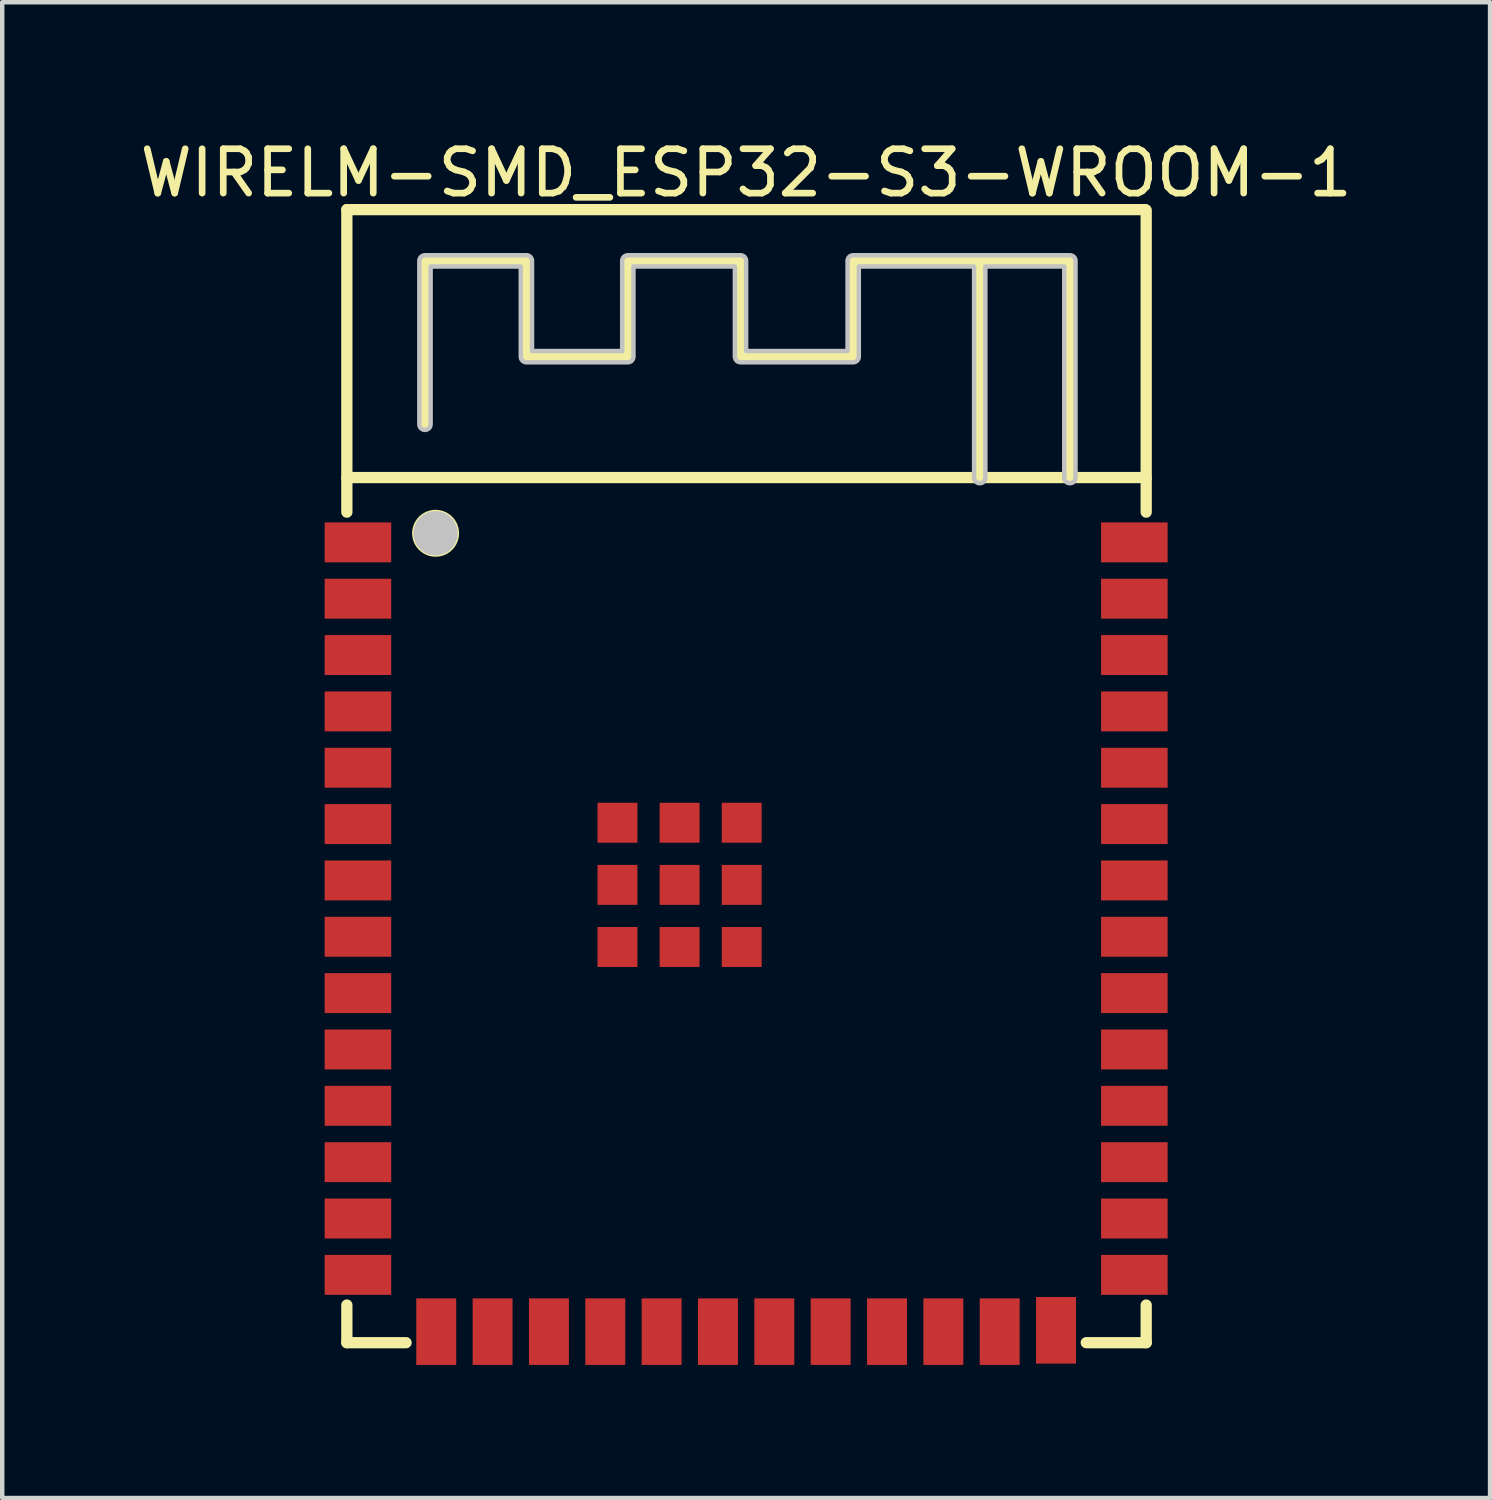
<source format=kicad_pcb>
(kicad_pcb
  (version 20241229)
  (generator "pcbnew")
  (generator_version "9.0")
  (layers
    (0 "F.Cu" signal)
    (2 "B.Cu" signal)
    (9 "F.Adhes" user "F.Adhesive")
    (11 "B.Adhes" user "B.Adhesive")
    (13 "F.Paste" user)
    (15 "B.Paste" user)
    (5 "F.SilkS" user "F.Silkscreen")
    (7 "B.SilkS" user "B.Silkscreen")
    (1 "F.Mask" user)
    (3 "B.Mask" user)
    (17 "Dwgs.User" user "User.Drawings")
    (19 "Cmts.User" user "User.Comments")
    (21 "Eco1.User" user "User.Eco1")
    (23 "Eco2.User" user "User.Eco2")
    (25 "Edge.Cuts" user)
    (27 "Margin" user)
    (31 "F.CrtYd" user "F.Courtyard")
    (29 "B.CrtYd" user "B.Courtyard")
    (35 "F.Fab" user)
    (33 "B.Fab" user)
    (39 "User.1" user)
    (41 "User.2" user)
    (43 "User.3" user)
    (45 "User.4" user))
  (footprint "WIRELM-SMD_ESP32-S3-WROOM-1"
    (layer "F.Cu")
    (at 13.768 18.07)
    (property "Reference" "WIRELM-SMD_ESP32-S3-WROOM-1" (at 0 -17.222 0) (layer "F.SilkS") (effects (font (size 1 1) (thickness 0.15))))
    (fp_line (start -9 -16.395) (end -9 -9.576) (stroke (width 0.254) (type default)) (layer "F.SilkS"))
    (fp_line (start -9 -10.355) (end 9.017 -10.355) (stroke (width 0.254) (type default)) (layer "F.SilkS"))
    (fp_line (start -9 8.296) (end -9 9.144) (stroke (width 0.254) (type default)) (layer "F.SilkS"))
    (fp_line (start -9 9.144) (end -7.666 9.144) (stroke (width 0.254) (type default)) (layer "F.SilkS"))
    (fp_line (start -7.239 -15.24) (end -7.239 -11.557) (stroke (width 0.254) (type default)) (layer "F.SilkS"))
    (fp_line (start -4.953 -15.24) (end -7.239 -15.24) (stroke (width 0.254) (type default)) (layer "F.SilkS"))
    (fp_line (start -4.953 -13.081) (end -4.953 -15.24) (stroke (width 0.254) (type default)) (layer "F.SilkS"))
    (fp_line (start -2.667 -15.24) (end -2.667 -13.081) (stroke (width 0.254) (type default)) (layer "F.SilkS"))
    (fp_line (start -2.667 -13.081) (end -4.953 -13.081) (stroke (width 0.254) (type default)) (layer "F.SilkS"))
    (fp_line (start -0.127 -15.24) (end -2.667 -15.24) (stroke (width 0.254) (type default)) (layer "F.SilkS"))
    (fp_line (start -0.127 -13.081) (end -0.127 -15.24) (stroke (width 0.254) (type default)) (layer "F.SilkS"))
    (fp_line (start 2.413 -15.24) (end 2.413 -13.081) (stroke (width 0.254) (type default)) (layer "F.SilkS"))
    (fp_line (start 2.413 -13.081) (end -0.127 -13.081) (stroke (width 0.254) (type default)) (layer "F.SilkS"))
    (fp_line (start 5.265 -15.24) (end 2.413 -15.24) (stroke (width 0.254) (type default)) (layer "F.SilkS"))
    (fp_line (start 5.265 -10.355) (end 5.265 -15.24) (stroke (width 0.254) (type default)) (layer "F.SilkS"))
    (fp_line (start 7.297 -15.24) (end 5.062 -15.24) (stroke (width 0.254) (type default)) (layer "F.SilkS"))
    (fp_line (start 7.297 -10.355) (end 7.297 -15.24) (stroke (width 0.254) (type default)) (layer "F.SilkS"))
    (fp_line (start 7.666 9.144) (end 9.017 9.144) (stroke (width 0.254) (type default)) (layer "F.SilkS"))
    (fp_line (start 9 -16.395) (end -9 -16.395) (stroke (width 0.254) (type default)) (layer "F.SilkS"))
    (fp_line (start 9.017 -9.576) (end 9.017 -16.383) (stroke (width 0.254) (type default)) (layer "F.SilkS"))
    (fp_line (start 9.017 9.144) (end 9.017 8.296) (stroke (width 0.254) (type default)) (layer "F.SilkS"))
    (fp_poly (pts (arc (start -7.5285 -9.1) (mid -7 -9.6285) (end -6.4715 -9.1)) (arc (start -6.4715 -9.1) (mid -7 -8.5715) (end -7.5285 -9.1))) (stroke (width 0) (type default)) (fill yes) (layer "F.SilkS"))
    (fp_circle (center -7 -9.1) (end -6.75 -9.1) (stroke (width 0.5) (type default)) (fill no) (layer "Dwgs.User"))
    (fp_poly (pts (xy -7.239 -15.367) (xy -7.255 -15.366) (xy -7.272 -15.363) (xy -7.287 -15.357) (xy -7.303 -15.35) (xy -7.316 -15.341) (xy -7.329 -15.33) (xy -7.34 -15.318) (xy -7.349 -15.303) (xy -7.356 -15.289) (xy -7.362 -15.273) (xy -7.365 -15.257) (xy -7.366 -15.24) (xy -7.366 -11.557) (xy -7.365 -11.54) (xy -7.362 -11.524) (xy -7.356 -11.508) (xy -7.349 -11.493) (xy -7.34 -11.479) (xy -7.329 -11.467) (xy -7.316 -11.456) (xy -7.303 -11.447) (xy -7.287 -11.44) (xy -7.272 -11.434) (xy -7.255 -11.431) (xy -7.239 -11.43) (xy -7.223 -11.431) (xy -7.206 -11.434) (xy -7.191 -11.44) (xy -7.176 -11.447) (xy -7.162 -11.456) (xy -7.149 -11.467) (xy -7.138 -11.479) (xy -7.129 -11.493) (xy -7.122 -11.508) (xy -7.117 -11.524) (xy -7.113 -11.54) (xy -7.112 -11.557) (xy -7.112 -15.113) (xy -5.08 -15.113) (xy -5.08 -13.081) (xy -5.079 -13.065) (xy -5.075 -13.048) (xy -5.071 -13.033) (xy -5.063 -13.018) (xy -5.054 -13.004) (xy -5.043 -12.991) (xy -5.03 -12.98) (xy -5.016 -12.971) (xy -5.002 -12.963) (xy -4.986 -12.959) (xy -4.97 -12.955) (xy -4.953 -12.954) (xy -2.667 -12.954) (xy -2.651 -12.955) (xy -2.634 -12.959) (xy -2.619 -12.963) (xy -2.603 -12.971) (xy -2.59 -12.98) (xy -2.577 -12.991) (xy -2.566 -13.004) (xy -2.557 -13.018) (xy -2.55 -13.033) (xy -2.545 -13.048) (xy -2.541 -13.065) (xy -2.54 -13.081) (xy -2.54 -15.113) (xy -0.254 -15.113) (xy -0.254 -13.081) (xy -0.253 -13.065) (xy -0.249 -13.048) (xy -0.244 -13.033) (xy -0.237 -13.018) (xy -0.228 -13.004) (xy -0.217 -12.991) (xy -0.204 -12.98) (xy -0.191 -12.971) (xy -0.175 -12.963) (xy -0.16 -12.959) (xy -0.143 -12.955) (xy -0.127 -12.954) (xy 2.413 -12.954) (xy 2.429 -12.955) (xy 2.446 -12.959) (xy 2.462 -12.963) (xy 2.477 -12.971) (xy 2.49 -12.98) (xy 2.503 -12.991) (xy 2.514 -13.004) (xy 2.523 -13.018) (xy 2.53 -13.033) (xy 2.535 -13.048) (xy 2.539 -13.065) (xy 2.54 -13.081) (xy 2.54 -15.113) (xy 5.062 -15.113) (xy 5.138 -15.113) (xy 5.138 -10.355) (xy 5.139 -10.339) (xy 5.143 -10.322) (xy 5.148 -10.307) (xy 5.155 -10.292) (xy 5.165 -10.278) (xy 5.176 -10.265) (xy 5.188 -10.255) (xy 5.202 -10.245) (xy 5.216 -10.238) (xy 5.232 -10.232) (xy 5.248 -10.229) (xy 5.265 -10.229) (xy 5.282 -10.229) (xy 5.298 -10.232) (xy 5.314 -10.238) (xy 5.329 -10.245) (xy 5.343 -10.255) (xy 5.355 -10.265) (xy 5.366 -10.278) (xy 5.375 -10.292) (xy 5.383 -10.307) (xy 5.388 -10.322) (xy 5.391 -10.339) (xy 5.392 -10.355) (xy 5.392 -15.113) (xy 7.17 -15.113) (xy 7.17 -10.355) (xy 7.171 -10.339) (xy 7.175 -10.322) (xy 7.18 -10.307) (xy 7.187 -10.292) (xy 7.197 -10.278) (xy 7.207 -10.265) (xy 7.22 -10.255) (xy 7.234 -10.245) (xy 7.248 -10.238) (xy 7.264 -10.232) (xy 7.28 -10.229) (xy 7.297 -10.229) (xy 7.314 -10.229) (xy 7.33 -10.232) (xy 7.346 -10.238) (xy 7.361 -10.245) (xy 7.375 -10.255) (xy 7.387 -10.265) (xy 7.398 -10.278) (xy 7.407 -10.292) (xy 7.415 -10.307) (xy 7.42 -10.322) (xy 7.423 -10.339) (xy 7.424 -10.355) (xy 7.424 -15.24) (xy 7.423 -15.257) (xy 7.42 -15.273) (xy 7.415 -15.289) (xy 7.407 -15.303) (xy 7.398 -15.318) (xy 7.387 -15.33) (xy 7.375 -15.341) (xy 7.361 -15.35) (xy 7.346 -15.357) (xy 7.33 -15.363) (xy 7.314 -15.366) (xy 7.297 -15.367) (xy 5.265 -15.367) (xy 5.062 -15.367) (xy 2.413 -15.367) (xy 2.397 -15.366) (xy 2.38 -15.363) (xy 2.365 -15.357) (xy 2.349 -15.35) (xy 2.336 -15.341) (xy 2.323 -15.33) (xy 2.312 -15.318) (xy 2.303 -15.303) (xy 2.296 -15.289) (xy 2.291 -15.273) (xy 2.287 -15.257) (xy 2.286 -15.24) (xy 2.286 -13.208) (xy 0 -13.208) (xy 0 -15.24) (xy -0.001 -15.257) (xy -0.004 -15.273) (xy -0.009 -15.289) (xy -0.017 -15.303) (xy -0.026 -15.318) (xy -0.037 -15.33) (xy -0.05 -15.341) (xy -0.064 -15.35) (xy -0.079 -15.357) (xy -0.094 -15.363) (xy -0.111 -15.366) (xy -0.127 -15.367) (xy -2.667 -15.367) (xy -2.683 -15.366) (xy -2.7 -15.363) (xy -2.716 -15.357) (xy -2.731 -15.35) (xy -2.744 -15.341) (xy -2.757 -15.33) (xy -2.768 -15.318) (xy -2.777 -15.303) (xy -2.784 -15.289) (xy -2.789 -15.273) (xy -2.793 -15.257) (xy -2.794 -15.24) (xy -2.794 -13.208) (xy -4.826 -13.208) (xy -4.826 -15.24) (xy -4.827 -15.257) (xy -4.83 -15.273) (xy -4.835 -15.289) (xy -4.843 -15.303) (xy -4.852 -15.318) (xy -4.863 -15.33) (xy -4.875 -15.341) (xy -4.889 -15.35) (xy -4.904 -15.357) (xy -4.92 -15.363) (xy -4.936 -15.366) (xy -4.953 -15.367)) (stroke (width 0.1) (type default)) (fill no) (layer "Dwgs.User"))
    (fp_poly (pts (xy -9 -9.345) (xy -8.1 -9.345) (xy -8.1 -8.445) (xy -9 -8.445)) (stroke (width 0.1) (type default)) (fill no) (layer "User.1"))
    (fp_poly (pts (xy -9 -8.075) (xy -8.1 -8.075) (xy -8.1 -7.175) (xy -9 -7.175)) (stroke (width 0.1) (type default)) (fill no) (layer "User.1"))
    (fp_poly (pts (xy -9 -6.805) (xy -8.1 -6.805) (xy -8.1 -5.905) (xy -9 -5.905)) (stroke (width 0.1) (type default)) (fill no) (layer "User.1"))
    (fp_poly (pts (xy -9 -5.535) (xy -8.1 -5.535) (xy -8.1 -4.635) (xy -9 -4.635)) (stroke (width 0.1) (type default)) (fill no) (layer "User.1"))
    (fp_poly (pts (xy -9 -4.265) (xy -8.1 -4.265) (xy -8.1 -3.365) (xy -9 -3.365)) (stroke (width 0.1) (type default)) (fill no) (layer "User.1"))
    (fp_poly (pts (xy -9 -2.995) (xy -8.1 -2.995) (xy -8.1 -2.095) (xy -9 -2.095)) (stroke (width 0.1) (type default)) (fill no) (layer "User.1"))
    (fp_poly (pts (xy -9 -1.725) (xy -8.1 -1.725) (xy -8.1 -0.825) (xy -9 -0.825)) (stroke (width 0.1) (type default)) (fill no) (layer "User.1"))
    (fp_poly (pts (xy -9 -0.455) (xy -8.1 -0.455) (xy -8.1 0.445) (xy -9 0.445)) (stroke (width 0.1) (type default)) (fill no) (layer "User.1"))
    (fp_poly (pts (xy -9 0.815) (xy -8.1 0.815) (xy -8.1 1.715) (xy -9 1.715)) (stroke (width 0.1) (type default)) (fill no) (layer "User.1"))
    (fp_poly (pts (xy -9 2.085) (xy -8.1 2.085) (xy -8.1 2.985) (xy -9 2.985)) (stroke (width 0.1) (type default)) (fill no) (layer "User.1"))
    (fp_poly (pts (xy -9 3.355) (xy -8.1 3.355) (xy -8.1 4.255) (xy -9 4.255)) (stroke (width 0.1) (type default)) (fill no) (layer "User.1"))
    (fp_poly (pts (xy -9 4.625) (xy -8.1 4.625) (xy -8.1 5.525) (xy -9 5.525)) (stroke (width 0.1) (type default)) (fill no) (layer "User.1"))
    (fp_poly (pts (xy -9 5.895) (xy -8.1 5.895) (xy -8.1 6.795) (xy -9 6.795)) (stroke (width 0.1) (type default)) (fill no) (layer "User.1"))
    (fp_poly (pts (xy -9 7.165) (xy -8.1 7.165) (xy -8.1 8.065) (xy -9 8.065)) (stroke (width 0.1) (type default)) (fill no) (layer "User.1"))
    (fp_poly (pts (xy -6.535 8.205) (xy -6.535 9.105) (xy -7.435 9.105) (xy -7.435 8.205)) (stroke (width 0.1) (type default)) (fill no) (layer "User.1"))
    (fp_poly (pts (xy -5.265 8.205) (xy -5.265 9.105) (xy -6.165 9.105) (xy -6.165 8.205)) (stroke (width 0.1) (type default)) (fill no) (layer "User.1"))
    (fp_poly (pts (xy -3.995 8.205) (xy -3.995 9.105) (xy -4.895 9.105) (xy -4.895 8.205)) (stroke (width 0.1) (type default)) (fill no) (layer "User.1"))
    (fp_poly (pts (xy -3.35 -2.125) (xy -3.35 -3.025) (xy -2.45 -3.025) (xy -2.45 -2.125)) (stroke (width 0.1) (type default)) (fill no) (layer "User.1"))
    (fp_poly (pts (xy -3.35 -0.725) (xy -3.35 -1.625) (xy -2.45 -1.625) (xy -2.45 -0.725)) (stroke (width 0.1) (type default)) (fill no) (layer "User.1"))
    (fp_poly (pts (xy -3.35 0.675) (xy -3.35 -0.225) (xy -2.45 -0.225) (xy -2.45 0.675)) (stroke (width 0.1) (type default)) (fill no) (layer "User.1"))
    (fp_poly (pts (xy -2.725 8.205) (xy -2.725 9.105) (xy -3.625 9.105) (xy -3.625 8.205)) (stroke (width 0.1) (type default)) (fill no) (layer "User.1"))
    (fp_poly (pts (xy -1.95 -2.125) (xy -1.95 -3.025) (xy -1.05 -3.025) (xy -1.05 -2.125)) (stroke (width 0.1) (type default)) (fill no) (layer "User.1"))
    (fp_poly (pts (xy -1.95 -0.725) (xy -1.95 -1.625) (xy -1.05 -1.625) (xy -1.05 -0.725)) (stroke (width 0.1) (type default)) (fill no) (layer "User.1"))
    (fp_poly (pts (xy -1.95 0.675) (xy -1.95 -0.225) (xy -1.05 -0.225) (xy -1.05 0.675)) (stroke (width 0.1) (type default)) (fill no) (layer "User.1"))
    (fp_poly (pts (xy -1.455 8.205) (xy -1.455 9.105) (xy -2.355 9.105) (xy -2.355 8.205)) (stroke (width 0.1) (type default)) (fill no) (layer "User.1"))
    (fp_poly (pts (xy -0.55 -2.125) (xy -0.55 -3.025) (xy 0.35 -3.025) (xy 0.35 -2.125)) (stroke (width 0.1) (type default)) (fill no) (layer "User.1"))
    (fp_poly (pts (xy -0.55 -0.725) (xy -0.55 -1.625) (xy 0.35 -1.625) (xy 0.35 -0.725)) (stroke (width 0.1) (type default)) (fill no) (layer "User.1"))
    (fp_poly (pts (xy -0.55 0.675) (xy -0.55 -0.225) (xy 0.35 -0.225) (xy 0.35 0.675)) (stroke (width 0.1) (type default)) (fill no) (layer "User.1"))
    (fp_poly (pts (xy -0.185 8.205) (xy -0.185 9.105) (xy -1.085 9.105) (xy -1.085 8.205)) (stroke (width 0.1) (type default)) (fill no) (layer "User.1"))
    (fp_poly (pts (xy 1.085 8.205) (xy 1.085 9.105) (xy 0.185 9.105) (xy 0.185 8.205)) (stroke (width 0.1) (type default)) (fill no) (layer "User.1"))
    (fp_poly (pts (xy 2.355 8.205) (xy 2.355 9.105) (xy 1.455 9.105) (xy 1.455 8.205)) (stroke (width 0.1) (type default)) (fill no) (layer "User.1"))
    (fp_poly (pts (xy 3.625 8.205) (xy 3.625 9.105) (xy 2.725 9.105) (xy 2.725 8.205)) (stroke (width 0.1) (type default)) (fill no) (layer "User.1"))
    (fp_poly (pts (xy 4.895 8.205) (xy 4.895 9.105) (xy 3.995 9.105) (xy 3.995 8.205)) (stroke (width 0.1) (type default)) (fill no) (layer "User.1"))
    (fp_poly (pts (xy 6.165 8.205) (xy 6.165 9.105) (xy 5.265 9.105) (xy 5.265 8.205)) (stroke (width 0.1) (type default)) (fill no) (layer "User.1"))
    (fp_poly (pts (xy 7.435 8.205) (xy 7.435 9.105) (xy 6.535 9.105) (xy 6.535 8.205)) (stroke (width 0.1) (type default)) (fill no) (layer "User.1"))
    (fp_poly (pts (xy 9 -8.445) (xy 8.1 -8.445) (xy 8.1 -9.345) (xy 9 -9.345)) (stroke (width 0.1) (type default)) (fill no) (layer "User.1"))
    (fp_poly (pts (xy 9 -7.175) (xy 8.1 -7.175) (xy 8.1 -8.075) (xy 9 -8.075)) (stroke (width 0.1) (type default)) (fill no) (layer "User.1"))
    (fp_poly (pts (xy 9 -5.905) (xy 8.1 -5.905) (xy 8.1 -6.805) (xy 9 -6.805)) (stroke (width 0.1) (type default)) (fill no) (layer "User.1"))
    (fp_poly (pts (xy 9 -4.635) (xy 8.1 -4.635) (xy 8.1 -5.535) (xy 9 -5.535)) (stroke (width 0.1) (type default)) (fill no) (layer "User.1"))
    (fp_poly (pts (xy 9 -3.365) (xy 8.1 -3.365) (xy 8.1 -4.265) (xy 9 -4.265)) (stroke (width 0.1) (type default)) (fill no) (layer "User.1"))
    (fp_poly (pts (xy 9 -2.095) (xy 8.1 -2.095) (xy 8.1 -2.995) (xy 9 -2.995)) (stroke (width 0.1) (type default)) (fill no) (layer "User.1"))
    (fp_poly (pts (xy 9 -0.825) (xy 8.1 -0.825) (xy 8.1 -1.725) (xy 9 -1.725)) (stroke (width 0.1) (type default)) (fill no) (layer "User.1"))
    (fp_poly (pts (xy 9 0.445) (xy 8.1 0.445) (xy 8.1 -0.455) (xy 9 -0.455)) (stroke (width 0.1) (type default)) (fill no) (layer "User.1"))
    (fp_poly (pts (xy 9 1.715) (xy 8.1 1.715) (xy 8.1 0.815) (xy 9 0.815)) (stroke (width 0.1) (type default)) (fill no) (layer "User.1"))
    (fp_poly (pts (xy 9 2.985) (xy 8.1 2.985) (xy 8.1 2.085) (xy 9 2.085)) (stroke (width 0.1) (type default)) (fill no) (layer "User.1"))
    (fp_poly (pts (xy 9 4.255) (xy 8.1 4.255) (xy 8.1 3.355) (xy 9 3.355)) (stroke (width 0.1) (type default)) (fill no) (layer "User.1"))
    (fp_poly (pts (xy 9 5.525) (xy 8.1 5.525) (xy 8.1 4.625) (xy 9 4.625)) (stroke (width 0.1) (type default)) (fill no) (layer "User.1"))
    (fp_poly (pts (xy 9 6.795) (xy 8.1 6.795) (xy 8.1 5.895) (xy 9 5.895)) (stroke (width 0.1) (type default)) (fill no) (layer "User.1"))
    (fp_poly (pts (xy 9 8.065) (xy 8.1 8.065) (xy 8.1 7.165) (xy 9 7.165)) (stroke (width 0.1) (type default)) (fill no) (layer "User.1"))
    (fp_line (start -9 -16.395) (end 9 -16.395) (stroke (width 0.051) (type default)) (layer "User.2"))
    (fp_line (start -9 9.105) (end -9 -16.395) (stroke (width 0.051) (type default)) (layer "User.2"))
    (fp_line (start 9 -16.395) (end 9 9.105) (stroke (width 0.051) (type default)) (layer "User.2"))
    (fp_line (start 9 9.105) (end -9 9.105) (stroke (width 0.051) (type default)) (layer "User.2"))
    (fp_poly (pts (xy -8.945 -16.418) (xy -8.977 -16.45) (xy -9.023 -16.45) (xy -9.055 -16.418) (xy -9.055 -16.372) (xy -9.023 -16.34) (xy -8.977 -16.34) (xy -8.945 -16.372)) (stroke (width 0.1) (type default)) (fill no) (layer "User.3"))
    (pad "1" smd rect (at -8.75 -8.895) (size 1.5 0.9) (layers "F.Cu" "F.Mask" "F.Paste"))
    (pad "2" smd rect (at -8.75 -7.625) (size 1.5 0.9) (layers "F.Cu" "F.Mask" "F.Paste"))
    (pad "3" smd rect (at -8.75 -6.355) (size 1.5 0.9) (layers "F.Cu" "F.Mask" "F.Paste"))
    (pad "4" smd rect (at -8.75 -5.085) (size 1.5 0.9) (layers "F.Cu" "F.Mask" "F.Paste"))
    (pad "5" smd rect (at -8.75 -3.815) (size 1.5 0.9) (layers "F.Cu" "F.Mask" "F.Paste"))
    (pad "6" smd rect (at -8.75 -2.545) (size 1.5 0.9) (layers "F.Cu" "F.Mask" "F.Paste"))
    (pad "7" smd rect (at -8.75 -1.275) (size 1.5 0.9) (layers "F.Cu" "F.Mask" "F.Paste"))
    (pad "8" smd rect (at -8.75 -0.005) (size 1.5 0.9) (layers "F.Cu" "F.Mask" "F.Paste"))
    (pad "9" smd rect (at -8.75 1.265) (size 1.5 0.9) (layers "F.Cu" "F.Mask" "F.Paste"))
    (pad "10" smd rect (at -8.75 2.535) (size 1.5 0.9) (layers "F.Cu" "F.Mask" "F.Paste"))
    (pad "11" smd rect (at -8.75 3.805) (size 1.5 0.9) (layers "F.Cu" "F.Mask" "F.Paste"))
    (pad "12" smd rect (at -8.75 5.075) (size 1.5 0.9) (layers "F.Cu" "F.Mask" "F.Paste"))
    (pad "13" smd rect (at -8.75 6.345) (size 1.5 0.9) (layers "F.Cu" "F.Mask" "F.Paste"))
    (pad "14" smd rect (at -8.75 7.615) (size 1.5 0.9) (layers "F.Cu" "F.Mask" "F.Paste"))
    (pad "15" smd rect (at -6.985 8.895 90) (size 1.5 0.9) (layers "F.Cu" "F.Mask" "F.Paste"))
    (pad "16" smd rect (at -5.715 8.895 90) (size 1.5 0.9) (layers "F.Cu" "F.Mask" "F.Paste"))
    (pad "17" smd rect (at -4.445 8.895 90) (size 1.5 0.9) (layers "F.Cu" "F.Mask" "F.Paste"))
    (pad "18" smd rect (at -3.175 8.895 90) (size 1.5 0.9) (layers "F.Cu" "F.Mask" "F.Paste"))
    (pad "19" smd rect (at -1.905 8.895 90) (size 1.5 0.9) (layers "F.Cu" "F.Mask" "F.Paste"))
    (pad "20" smd rect (at -0.635 8.895 90) (size 1.5 0.9) (layers "F.Cu" "F.Mask" "F.Paste"))
    (pad "21" smd rect (at 0.635 8.895 90) (size 1.5 0.9) (layers "F.Cu" "F.Mask" "F.Paste"))
    (pad "22" smd rect (at 1.905 8.895 90) (size 1.5 0.9) (layers "F.Cu" "F.Mask" "F.Paste"))
    (pad "23" smd rect (at 3.175 8.895 90) (size 1.5 0.9) (layers "F.Cu" "F.Mask" "F.Paste"))
    (pad "24" smd rect (at 4.445 8.895 90) (size 1.5 0.9) (layers "F.Cu" "F.Mask" "F.Paste"))
    (pad "25" smd rect (at 5.715 8.895 90) (size 1.5 0.9) (layers "F.Cu" "F.Mask" "F.Paste"))
    (pad "26" smd rect (at 6.985 8.865 90) (size 1.5 0.9) (layers "F.Cu" "F.Mask" "F.Paste"))
    (pad "27" smd rect (at 8.75 7.615 180) (size 1.5 0.9) (layers "F.Cu" "F.Mask" "F.Paste"))
    (pad "28" smd rect (at 8.75 6.345 180) (size 1.5 0.9) (layers "F.Cu" "F.Mask" "F.Paste"))
    (pad "29" smd rect (at 8.75 5.075 180) (size 1.5 0.9) (layers "F.Cu" "F.Mask" "F.Paste"))
    (pad "30" smd rect (at 8.75 3.805 180) (size 1.5 0.9) (layers "F.Cu" "F.Mask" "F.Paste"))
    (pad "31" smd rect (at 8.75 2.535 180) (size 1.5 0.9) (layers "F.Cu" "F.Mask" "F.Paste"))
    (pad "32" smd rect (at 8.75 1.265 180) (size 1.5 0.9) (layers "F.Cu" "F.Mask" "F.Paste"))
    (pad "33" smd rect (at 8.75 -0.005 180) (size 1.5 0.9) (layers "F.Cu" "F.Mask" "F.Paste"))
    (pad "34" smd rect (at 8.75 -1.275 180) (size 1.5 0.9) (layers "F.Cu" "F.Mask" "F.Paste"))
    (pad "35" smd rect (at 8.75 -2.545 180) (size 1.5 0.9) (layers "F.Cu" "F.Mask" "F.Paste"))
    (pad "36" smd rect (at 8.75 -3.815 180) (size 1.5 0.9) (layers "F.Cu" "F.Mask" "F.Paste"))
    (pad "37" smd rect (at 8.75 -5.085 180) (size 1.5 0.9) (layers "F.Cu" "F.Mask" "F.Paste"))
    (pad "38" smd rect (at 8.75 -6.355 180) (size 1.5 0.9) (layers "F.Cu" "F.Mask" "F.Paste"))
    (pad "39" smd rect (at 8.75 -7.625 180) (size 1.5 0.9) (layers "F.Cu" "F.Mask" "F.Paste"))
    (pad "40" smd rect (at 8.75 -8.895 180) (size 1.5 0.9) (layers "F.Cu" "F.Mask" "F.Paste"))
    (pad "41" smd rect (at -2.9 -2.575 90) (size 0.9 0.9) (layers "F.Cu" "F.Mask" "F.Paste"))
    (pad "41" smd rect (at -2.9 -1.175 90) (size 0.9 0.9) (layers "F.Cu" "F.Mask" "F.Paste"))
    (pad "41" smd rect (at -2.9 0.225 90) (size 0.9 0.9) (layers "F.Cu" "F.Mask" "F.Paste"))
    (pad "41" smd rect (at -1.5 -2.575 90) (size 0.9 0.9) (layers "F.Cu" "F.Mask" "F.Paste"))
    (pad "41" smd rect (at -1.5 -1.175 90) (size 0.9 0.9) (layers "F.Cu" "F.Mask" "F.Paste"))
    (pad "41" smd rect (at -1.5 0.225 90) (size 0.9 0.9) (layers "F.Cu" "F.Mask" "F.Paste"))
    (pad "41" smd rect (at -0.1 -2.575 90) (size 0.9 0.9) (layers "F.Cu" "F.Mask" "F.Paste"))
    (pad "41" smd rect (at -0.1 -1.175 90) (size 0.9 0.9) (layers "F.Cu" "F.Mask" "F.Paste"))
    (pad "41" smd rect (at -0.1 0.225 90) (size 0.9 0.9) (layers "F.Cu" "F.Mask" "F.Paste")))
  (gr_rect
    (start -3 -3)
    (end 30.536 30.715)
    (stroke (width 0.1) (type default))
    (fill no)
    (layer "Edge.Cuts")))
</source>
